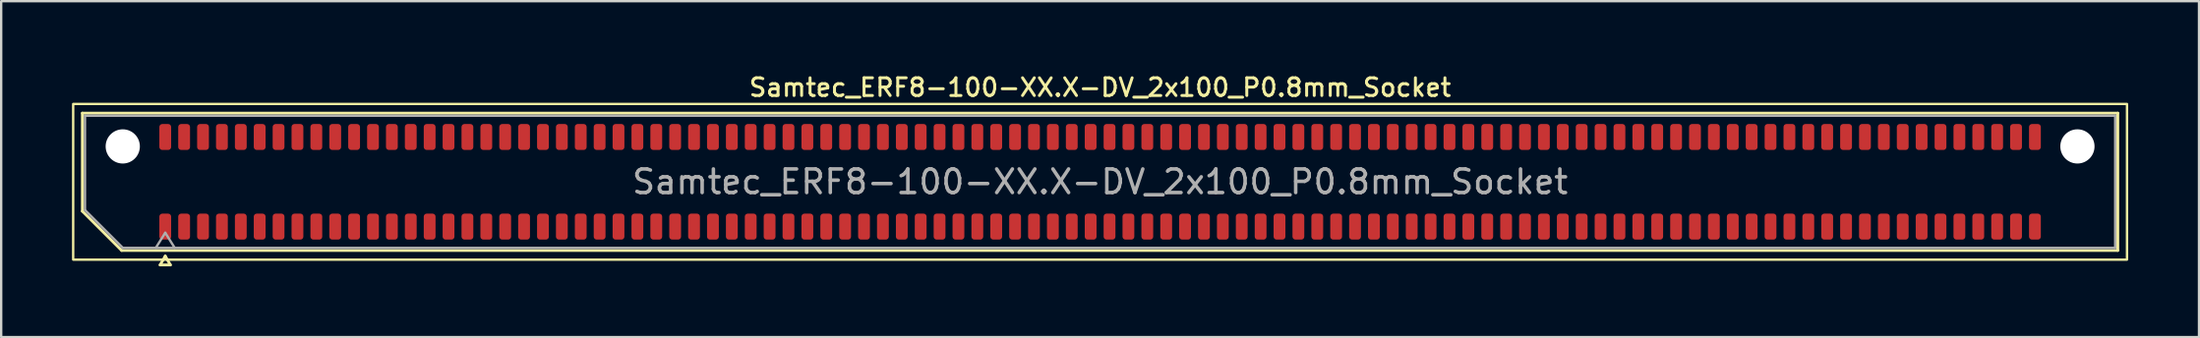
<source format=kicad_pcb>
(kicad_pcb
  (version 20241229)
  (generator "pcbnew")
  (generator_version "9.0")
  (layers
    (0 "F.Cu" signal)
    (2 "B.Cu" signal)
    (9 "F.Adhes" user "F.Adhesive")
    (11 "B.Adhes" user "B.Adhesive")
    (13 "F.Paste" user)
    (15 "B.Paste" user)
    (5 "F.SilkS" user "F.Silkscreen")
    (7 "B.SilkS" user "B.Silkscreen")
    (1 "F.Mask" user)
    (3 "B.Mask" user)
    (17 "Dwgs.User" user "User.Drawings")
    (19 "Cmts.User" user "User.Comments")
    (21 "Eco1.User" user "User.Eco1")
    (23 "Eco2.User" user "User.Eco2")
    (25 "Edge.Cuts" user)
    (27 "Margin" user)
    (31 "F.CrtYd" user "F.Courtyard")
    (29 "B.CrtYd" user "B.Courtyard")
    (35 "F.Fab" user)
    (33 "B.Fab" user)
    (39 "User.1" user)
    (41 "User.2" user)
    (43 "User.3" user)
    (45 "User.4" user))
  (footprint "Samtec_ERF8-100-XX.X-DV_2x100_P0.8mm_Socket"
    (layer "F.Cu")
    (at 43.55 4.658)
    (property "Reference" "Samtec_ERF8-100-XX.X-DV_2x100_P0.8mm_Socket" (at 0 -4 0) (layer "F.SilkS") (effects (font (size 0.75 0.75) (thickness 0.125))))
    (attr smd)
    (fp_line (start -43.11 -2.91) (end 43.11 -2.91) (stroke (width 0.12) (type solid)) (layer "F.SilkS"))
    (fp_line (start -43.11 1.246) (end -43.11 -2.91) (stroke (width 0.12) (type solid)) (layer "F.SilkS"))
    (fp_line (start -41.446 2.91) (end -43.11 1.246) (stroke (width 0.12) (type solid)) (layer "F.SilkS"))
    (fp_line (start -39.817 3.525) (end -39.6 3.15) (stroke (width 0.12) (type solid)) (layer "F.SilkS"))
    (fp_line (start -39.6 3.15) (end -39.383 3.525) (stroke (width 0.12) (type solid)) (layer "F.SilkS"))
    (fp_line (start -39.383 3.525) (end -39.817 3.525) (stroke (width 0.12) (type solid)) (layer "F.SilkS"))
    (fp_line (start 43.11 -2.91) (end 43.11 2.91) (stroke (width 0.12) (type solid)) (layer "F.SilkS"))
    (fp_line (start 43.11 2.91) (end -41.446 2.91) (stroke (width 0.12) (type solid)) (layer "F.SilkS"))
    (fp_rect (start -43.5 -3.3) (end 43.5 3.3) (stroke (width 0.1) (type solid)) (fill no) (layer "F.SilkS"))
    (fp_line (start -43 -2.8) (end 43 -2.8) (stroke (width 0.1) (type solid)) (layer "F.Fab"))
    (fp_line (start -43 1.2) (end -43 -2.8) (stroke (width 0.1) (type solid)) (layer "F.Fab"))
    (fp_line (start -41.4 2.8) (end -43 1.2) (stroke (width 0.1) (type solid)) (layer "F.Fab"))
    (fp_line (start -40 2.8) (end -39.6 2.16) (stroke (width 0.1) (type solid)) (layer "F.Fab"))
    (fp_line (start -39.6 2.16) (end -39.2 2.8) (stroke (width 0.1) (type solid)) (layer "F.Fab"))
    (fp_line (start 43 -2.8) (end 43 2.8) (stroke (width 0.1) (type solid)) (layer "F.Fab"))
    (fp_line (start 43 2.8) (end -41.4 2.8) (stroke (width 0.1) (type solid)) (layer "F.Fab"))
    (fp_text user "${REFERENCE}" (at 0 0 0) (layer "F.Fab") (effects (font (size 1 1) (thickness 0.15))))
    (pad "" np_thru_hole circle (at -41.4 -1.5) (size 1.45 1.45) (drill 1.45) (layers "*.Cu" "*.Mask"))
    (pad "" np_thru_hole circle (at 41.4 -1.5) (size 1.45 1.45) (drill 1.45) (layers "*.Cu" "*.Mask"))
    (pad "1" smd roundrect (at -39.6 1.9) (size 0.5 1.1) (layers "F.Cu" "F.Mask" "F.Paste") (roundrect_rratio 0.25))
    (pad "2" smd roundrect (at -39.6 -1.9) (size 0.5 1.1) (layers "F.Cu" "F.Mask" "F.Paste") (roundrect_rratio 0.25))
    (pad "3" smd roundrect (at -38.8 1.9) (size 0.5 1.1) (layers "F.Cu" "F.Mask" "F.Paste") (roundrect_rratio 0.25))
    (pad "4" smd roundrect (at -38.8 -1.9) (size 0.5 1.1) (layers "F.Cu" "F.Mask" "F.Paste") (roundrect_rratio 0.25))
    (pad "5" smd roundrect (at -38 1.9) (size 0.5 1.1) (layers "F.Cu" "F.Mask" "F.Paste") (roundrect_rratio 0.25))
    (pad "6" smd roundrect (at -38 -1.9) (size 0.5 1.1) (layers "F.Cu" "F.Mask" "F.Paste") (roundrect_rratio 0.25))
    (pad "7" smd roundrect (at -37.2 1.9) (size 0.5 1.1) (layers "F.Cu" "F.Mask" "F.Paste") (roundrect_rratio 0.25))
    (pad "8" smd roundrect (at -37.2 -1.9) (size 0.5 1.1) (layers "F.Cu" "F.Mask" "F.Paste") (roundrect_rratio 0.25))
    (pad "9" smd roundrect (at -36.4 1.9) (size 0.5 1.1) (layers "F.Cu" "F.Mask" "F.Paste") (roundrect_rratio 0.25))
    (pad "10" smd roundrect (at -36.4 -1.9) (size 0.5 1.1) (layers "F.Cu" "F.Mask" "F.Paste") (roundrect_rratio 0.25))
    (pad "11" smd roundrect (at -35.6 1.9) (size 0.5 1.1) (layers "F.Cu" "F.Mask" "F.Paste") (roundrect_rratio 0.25))
    (pad "12" smd roundrect (at -35.6 -1.9) (size 0.5 1.1) (layers "F.Cu" "F.Mask" "F.Paste") (roundrect_rratio 0.25))
    (pad "13" smd roundrect (at -34.8 1.9) (size 0.5 1.1) (layers "F.Cu" "F.Mask" "F.Paste") (roundrect_rratio 0.25))
    (pad "14" smd roundrect (at -34.8 -1.9) (size 0.5 1.1) (layers "F.Cu" "F.Mask" "F.Paste") (roundrect_rratio 0.25))
    (pad "15" smd roundrect (at -34 1.9) (size 0.5 1.1) (layers "F.Cu" "F.Mask" "F.Paste") (roundrect_rratio 0.25))
    (pad "16" smd roundrect (at -34 -1.9) (size 0.5 1.1) (layers "F.Cu" "F.Mask" "F.Paste") (roundrect_rratio 0.25))
    (pad "17" smd roundrect (at -33.2 1.9) (size 0.5 1.1) (layers "F.Cu" "F.Mask" "F.Paste") (roundrect_rratio 0.25))
    (pad "18" smd roundrect (at -33.2 -1.9) (size 0.5 1.1) (layers "F.Cu" "F.Mask" "F.Paste") (roundrect_rratio 0.25))
    (pad "19" smd roundrect (at -32.4 1.9) (size 0.5 1.1) (layers "F.Cu" "F.Mask" "F.Paste") (roundrect_rratio 0.25))
    (pad "20" smd roundrect (at -32.4 -1.9) (size 0.5 1.1) (layers "F.Cu" "F.Mask" "F.Paste") (roundrect_rratio 0.25))
    (pad "21" smd roundrect (at -31.6 1.9) (size 0.5 1.1) (layers "F.Cu" "F.Mask" "F.Paste") (roundrect_rratio 0.25))
    (pad "22" smd roundrect (at -31.6 -1.9) (size 0.5 1.1) (layers "F.Cu" "F.Mask" "F.Paste") (roundrect_rratio 0.25))
    (pad "23" smd roundrect (at -30.8 1.9) (size 0.5 1.1) (layers "F.Cu" "F.Mask" "F.Paste") (roundrect_rratio 0.25))
    (pad "24" smd roundrect (at -30.8 -1.9) (size 0.5 1.1) (layers "F.Cu" "F.Mask" "F.Paste") (roundrect_rratio 0.25))
    (pad "25" smd roundrect (at -30 1.9) (size 0.5 1.1) (layers "F.Cu" "F.Mask" "F.Paste") (roundrect_rratio 0.25))
    (pad "26" smd roundrect (at -30 -1.9) (size 0.5 1.1) (layers "F.Cu" "F.Mask" "F.Paste") (roundrect_rratio 0.25))
    (pad "27" smd roundrect (at -29.2 1.9) (size 0.5 1.1) (layers "F.Cu" "F.Mask" "F.Paste") (roundrect_rratio 0.25))
    (pad "28" smd roundrect (at -29.2 -1.9) (size 0.5 1.1) (layers "F.Cu" "F.Mask" "F.Paste") (roundrect_rratio 0.25))
    (pad "29" smd roundrect (at -28.4 1.9) (size 0.5 1.1) (layers "F.Cu" "F.Mask" "F.Paste") (roundrect_rratio 0.25))
    (pad "30" smd roundrect (at -28.4 -1.9) (size 0.5 1.1) (layers "F.Cu" "F.Mask" "F.Paste") (roundrect_rratio 0.25))
    (pad "31" smd roundrect (at -27.6 1.9) (size 0.5 1.1) (layers "F.Cu" "F.Mask" "F.Paste") (roundrect_rratio 0.25))
    (pad "32" smd roundrect (at -27.6 -1.9) (size 0.5 1.1) (layers "F.Cu" "F.Mask" "F.Paste") (roundrect_rratio 0.25))
    (pad "33" smd roundrect (at -26.8 1.9) (size 0.5 1.1) (layers "F.Cu" "F.Mask" "F.Paste") (roundrect_rratio 0.25))
    (pad "34" smd roundrect (at -26.8 -1.9) (size 0.5 1.1) (layers "F.Cu" "F.Mask" "F.Paste") (roundrect_rratio 0.25))
    (pad "35" smd roundrect (at -26 1.9) (size 0.5 1.1) (layers "F.Cu" "F.Mask" "F.Paste") (roundrect_rratio 0.25))
    (pad "36" smd roundrect (at -26 -1.9) (size 0.5 1.1) (layers "F.Cu" "F.Mask" "F.Paste") (roundrect_rratio 0.25))
    (pad "37" smd roundrect (at -25.2 1.9) (size 0.5 1.1) (layers "F.Cu" "F.Mask" "F.Paste") (roundrect_rratio 0.25))
    (pad "38" smd roundrect (at -25.2 -1.9) (size 0.5 1.1) (layers "F.Cu" "F.Mask" "F.Paste") (roundrect_rratio 0.25))
    (pad "39" smd roundrect (at -24.4 1.9) (size 0.5 1.1) (layers "F.Cu" "F.Mask" "F.Paste") (roundrect_rratio 0.25))
    (pad "40" smd roundrect (at -24.4 -1.9) (size 0.5 1.1) (layers "F.Cu" "F.Mask" "F.Paste") (roundrect_rratio 0.25))
    (pad "41" smd roundrect (at -23.6 1.9) (size 0.5 1.1) (layers "F.Cu" "F.Mask" "F.Paste") (roundrect_rratio 0.25))
    (pad "42" smd roundrect (at -23.6 -1.9) (size 0.5 1.1) (layers "F.Cu" "F.Mask" "F.Paste") (roundrect_rratio 0.25))
    (pad "43" smd roundrect (at -22.8 1.9) (size 0.5 1.1) (layers "F.Cu" "F.Mask" "F.Paste") (roundrect_rratio 0.25))
    (pad "44" smd roundrect (at -22.8 -1.9) (size 0.5 1.1) (layers "F.Cu" "F.Mask" "F.Paste") (roundrect_rratio 0.25))
    (pad "45" smd roundrect (at -22 1.9) (size 0.5 1.1) (layers "F.Cu" "F.Mask" "F.Paste") (roundrect_rratio 0.25))
    (pad "46" smd roundrect (at -22 -1.9) (size 0.5 1.1) (layers "F.Cu" "F.Mask" "F.Paste") (roundrect_rratio 0.25))
    (pad "47" smd roundrect (at -21.2 1.9) (size 0.5 1.1) (layers "F.Cu" "F.Mask" "F.Paste") (roundrect_rratio 0.25))
    (pad "48" smd roundrect (at -21.2 -1.9) (size 0.5 1.1) (layers "F.Cu" "F.Mask" "F.Paste") (roundrect_rratio 0.25))
    (pad "49" smd roundrect (at -20.4 1.9) (size 0.5 1.1) (layers "F.Cu" "F.Mask" "F.Paste") (roundrect_rratio 0.25))
    (pad "50" smd roundrect (at -20.4 -1.9) (size 0.5 1.1) (layers "F.Cu" "F.Mask" "F.Paste") (roundrect_rratio 0.25))
    (pad "51" smd roundrect (at -19.6 1.9) (size 0.5 1.1) (layers "F.Cu" "F.Mask" "F.Paste") (roundrect_rratio 0.25))
    (pad "52" smd roundrect (at -19.6 -1.9) (size 0.5 1.1) (layers "F.Cu" "F.Mask" "F.Paste") (roundrect_rratio 0.25))
    (pad "53" smd roundrect (at -18.8 1.9) (size 0.5 1.1) (layers "F.Cu" "F.Mask" "F.Paste") (roundrect_rratio 0.25))
    (pad "54" smd roundrect (at -18.8 -1.9) (size 0.5 1.1) (layers "F.Cu" "F.Mask" "F.Paste") (roundrect_rratio 0.25))
    (pad "55" smd roundrect (at -18 1.9) (size 0.5 1.1) (layers "F.Cu" "F.Mask" "F.Paste") (roundrect_rratio 0.25))
    (pad "56" smd roundrect (at -18 -1.9) (size 0.5 1.1) (layers "F.Cu" "F.Mask" "F.Paste") (roundrect_rratio 0.25))
    (pad "57" smd roundrect (at -17.2 1.9) (size 0.5 1.1) (layers "F.Cu" "F.Mask" "F.Paste") (roundrect_rratio 0.25))
    (pad "58" smd roundrect (at -17.2 -1.9) (size 0.5 1.1) (layers "F.Cu" "F.Mask" "F.Paste") (roundrect_rratio 0.25))
    (pad "59" smd roundrect (at -16.4 1.9) (size 0.5 1.1) (layers "F.Cu" "F.Mask" "F.Paste") (roundrect_rratio 0.25))
    (pad "60" smd roundrect (at -16.4 -1.9) (size 0.5 1.1) (layers "F.Cu" "F.Mask" "F.Paste") (roundrect_rratio 0.25))
    (pad "61" smd roundrect (at -15.6 1.9) (size 0.5 1.1) (layers "F.Cu" "F.Mask" "F.Paste") (roundrect_rratio 0.25))
    (pad "62" smd roundrect (at -15.6 -1.9) (size 0.5 1.1) (layers "F.Cu" "F.Mask" "F.Paste") (roundrect_rratio 0.25))
    (pad "63" smd roundrect (at -14.8 1.9) (size 0.5 1.1) (layers "F.Cu" "F.Mask" "F.Paste") (roundrect_rratio 0.25))
    (pad "64" smd roundrect (at -14.8 -1.9) (size 0.5 1.1) (layers "F.Cu" "F.Mask" "F.Paste") (roundrect_rratio 0.25))
    (pad "65" smd roundrect (at -14 1.9) (size 0.5 1.1) (layers "F.Cu" "F.Mask" "F.Paste") (roundrect_rratio 0.25))
    (pad "66" smd roundrect (at -14 -1.9) (size 0.5 1.1) (layers "F.Cu" "F.Mask" "F.Paste") (roundrect_rratio 0.25))
    (pad "67" smd roundrect (at -13.2 1.9) (size 0.5 1.1) (layers "F.Cu" "F.Mask" "F.Paste") (roundrect_rratio 0.25))
    (pad "68" smd roundrect (at -13.2 -1.9) (size 0.5 1.1) (layers "F.Cu" "F.Mask" "F.Paste") (roundrect_rratio 0.25))
    (pad "69" smd roundrect (at -12.4 1.9) (size 0.5 1.1) (layers "F.Cu" "F.Mask" "F.Paste") (roundrect_rratio 0.25))
    (pad "70" smd roundrect (at -12.4 -1.9) (size 0.5 1.1) (layers "F.Cu" "F.Mask" "F.Paste") (roundrect_rratio 0.25))
    (pad "71" smd roundrect (at -11.6 1.9) (size 0.5 1.1) (layers "F.Cu" "F.Mask" "F.Paste") (roundrect_rratio 0.25))
    (pad "72" smd roundrect (at -11.6 -1.9) (size 0.5 1.1) (layers "F.Cu" "F.Mask" "F.Paste") (roundrect_rratio 0.25))
    (pad "73" smd roundrect (at -10.8 1.9) (size 0.5 1.1) (layers "F.Cu" "F.Mask" "F.Paste") (roundrect_rratio 0.25))
    (pad "74" smd roundrect (at -10.8 -1.9) (size 0.5 1.1) (layers "F.Cu" "F.Mask" "F.Paste") (roundrect_rratio 0.25))
    (pad "75" smd roundrect (at -10 1.9) (size 0.5 1.1) (layers "F.Cu" "F.Mask" "F.Paste") (roundrect_rratio 0.25))
    (pad "76" smd roundrect (at -10 -1.9) (size 0.5 1.1) (layers "F.Cu" "F.Mask" "F.Paste") (roundrect_rratio 0.25))
    (pad "77" smd roundrect (at -9.2 1.9) (size 0.5 1.1) (layers "F.Cu" "F.Mask" "F.Paste") (roundrect_rratio 0.25))
    (pad "78" smd roundrect (at -9.2 -1.9) (size 0.5 1.1) (layers "F.Cu" "F.Mask" "F.Paste") (roundrect_rratio 0.25))
    (pad "79" smd roundrect (at -8.4 1.9) (size 0.5 1.1) (layers "F.Cu" "F.Mask" "F.Paste") (roundrect_rratio 0.25))
    (pad "80" smd roundrect (at -8.4 -1.9) (size 0.5 1.1) (layers "F.Cu" "F.Mask" "F.Paste") (roundrect_rratio 0.25))
    (pad "81" smd roundrect (at -7.6 1.9) (size 0.5 1.1) (layers "F.Cu" "F.Mask" "F.Paste") (roundrect_rratio 0.25))
    (pad "82" smd roundrect (at -7.6 -1.9) (size 0.5 1.1) (layers "F.Cu" "F.Mask" "F.Paste") (roundrect_rratio 0.25))
    (pad "83" smd roundrect (at -6.8 1.9) (size 0.5 1.1) (layers "F.Cu" "F.Mask" "F.Paste") (roundrect_rratio 0.25))
    (pad "84" smd roundrect (at -6.8 -1.9) (size 0.5 1.1) (layers "F.Cu" "F.Mask" "F.Paste") (roundrect_rratio 0.25))
    (pad "85" smd roundrect (at -6 1.9) (size 0.5 1.1) (layers "F.Cu" "F.Mask" "F.Paste") (roundrect_rratio 0.25))
    (pad "86" smd roundrect (at -6 -1.9) (size 0.5 1.1) (layers "F.Cu" "F.Mask" "F.Paste") (roundrect_rratio 0.25))
    (pad "87" smd roundrect (at -5.2 1.9) (size 0.5 1.1) (layers "F.Cu" "F.Mask" "F.Paste") (roundrect_rratio 0.25))
    (pad "88" smd roundrect (at -5.2 -1.9) (size 0.5 1.1) (layers "F.Cu" "F.Mask" "F.Paste") (roundrect_rratio 0.25))
    (pad "89" smd roundrect (at -4.4 1.9) (size 0.5 1.1) (layers "F.Cu" "F.Mask" "F.Paste") (roundrect_rratio 0.25))
    (pad "90" smd roundrect (at -4.4 -1.9) (size 0.5 1.1) (layers "F.Cu" "F.Mask" "F.Paste") (roundrect_rratio 0.25))
    (pad "91" smd roundrect (at -3.6 1.9) (size 0.5 1.1) (layers "F.Cu" "F.Mask" "F.Paste") (roundrect_rratio 0.25))
    (pad "92" smd roundrect (at -3.6 -1.9) (size 0.5 1.1) (layers "F.Cu" "F.Mask" "F.Paste") (roundrect_rratio 0.25))
    (pad "93" smd roundrect (at -2.8 1.9) (size 0.5 1.1) (layers "F.Cu" "F.Mask" "F.Paste") (roundrect_rratio 0.25))
    (pad "94" smd roundrect (at -2.8 -1.9) (size 0.5 1.1) (layers "F.Cu" "F.Mask" "F.Paste") (roundrect_rratio 0.25))
    (pad "95" smd roundrect (at -2 1.9) (size 0.5 1.1) (layers "F.Cu" "F.Mask" "F.Paste") (roundrect_rratio 0.25))
    (pad "96" smd roundrect (at -2 -1.9) (size 0.5 1.1) (layers "F.Cu" "F.Mask" "F.Paste") (roundrect_rratio 0.25))
    (pad "97" smd roundrect (at -1.2 1.9) (size 0.5 1.1) (layers "F.Cu" "F.Mask" "F.Paste") (roundrect_rratio 0.25))
    (pad "98" smd roundrect (at -1.2 -1.9) (size 0.5 1.1) (layers "F.Cu" "F.Mask" "F.Paste") (roundrect_rratio 0.25))
    (pad "99" smd roundrect (at -0.4 1.9) (size 0.5 1.1) (layers "F.Cu" "F.Mask" "F.Paste") (roundrect_rratio 0.25))
    (pad "100" smd roundrect (at -0.4 -1.9) (size 0.5 1.1) (layers "F.Cu" "F.Mask" "F.Paste") (roundrect_rratio 0.25))
    (pad "101" smd roundrect (at 0.4 1.9) (size 0.5 1.1) (layers "F.Cu" "F.Mask" "F.Paste") (roundrect_rratio 0.25))
    (pad "102" smd roundrect (at 0.4 -1.9) (size 0.5 1.1) (layers "F.Cu" "F.Mask" "F.Paste") (roundrect_rratio 0.25))
    (pad "103" smd roundrect (at 1.2 1.9) (size 0.5 1.1) (layers "F.Cu" "F.Mask" "F.Paste") (roundrect_rratio 0.25))
    (pad "104" smd roundrect (at 1.2 -1.9) (size 0.5 1.1) (layers "F.Cu" "F.Mask" "F.Paste") (roundrect_rratio 0.25))
    (pad "105" smd roundrect (at 2 1.9) (size 0.5 1.1) (layers "F.Cu" "F.Mask" "F.Paste") (roundrect_rratio 0.25))
    (pad "106" smd roundrect (at 2 -1.9) (size 0.5 1.1) (layers "F.Cu" "F.Mask" "F.Paste") (roundrect_rratio 0.25))
    (pad "107" smd roundrect (at 2.8 1.9) (size 0.5 1.1) (layers "F.Cu" "F.Mask" "F.Paste") (roundrect_rratio 0.25))
    (pad "108" smd roundrect (at 2.8 -1.9) (size 0.5 1.1) (layers "F.Cu" "F.Mask" "F.Paste") (roundrect_rratio 0.25))
    (pad "109" smd roundrect (at 3.6 1.9) (size 0.5 1.1) (layers "F.Cu" "F.Mask" "F.Paste") (roundrect_rratio 0.25))
    (pad "110" smd roundrect (at 3.6 -1.9) (size 0.5 1.1) (layers "F.Cu" "F.Mask" "F.Paste") (roundrect_rratio 0.25))
    (pad "111" smd roundrect (at 4.4 1.9) (size 0.5 1.1) (layers "F.Cu" "F.Mask" "F.Paste") (roundrect_rratio 0.25))
    (pad "112" smd roundrect (at 4.4 -1.9) (size 0.5 1.1) (layers "F.Cu" "F.Mask" "F.Paste") (roundrect_rratio 0.25))
    (pad "113" smd roundrect (at 5.2 1.9) (size 0.5 1.1) (layers "F.Cu" "F.Mask" "F.Paste") (roundrect_rratio 0.25))
    (pad "114" smd roundrect (at 5.2 -1.9) (size 0.5 1.1) (layers "F.Cu" "F.Mask" "F.Paste") (roundrect_rratio 0.25))
    (pad "115" smd roundrect (at 6 1.9) (size 0.5 1.1) (layers "F.Cu" "F.Mask" "F.Paste") (roundrect_rratio 0.25))
    (pad "116" smd roundrect (at 6 -1.9) (size 0.5 1.1) (layers "F.Cu" "F.Mask" "F.Paste") (roundrect_rratio 0.25))
    (pad "117" smd roundrect (at 6.8 1.9) (size 0.5 1.1) (layers "F.Cu" "F.Mask" "F.Paste") (roundrect_rratio 0.25))
    (pad "118" smd roundrect (at 6.8 -1.9) (size 0.5 1.1) (layers "F.Cu" "F.Mask" "F.Paste") (roundrect_rratio 0.25))
    (pad "119" smd roundrect (at 7.6 1.9) (size 0.5 1.1) (layers "F.Cu" "F.Mask" "F.Paste") (roundrect_rratio 0.25))
    (pad "120" smd roundrect (at 7.6 -1.9) (size 0.5 1.1) (layers "F.Cu" "F.Mask" "F.Paste") (roundrect_rratio 0.25))
    (pad "121" smd roundrect (at 8.4 1.9) (size 0.5 1.1) (layers "F.Cu" "F.Mask" "F.Paste") (roundrect_rratio 0.25))
    (pad "122" smd roundrect (at 8.4 -1.9) (size 0.5 1.1) (layers "F.Cu" "F.Mask" "F.Paste") (roundrect_rratio 0.25))
    (pad "123" smd roundrect (at 9.2 1.9) (size 0.5 1.1) (layers "F.Cu" "F.Mask" "F.Paste") (roundrect_rratio 0.25))
    (pad "124" smd roundrect (at 9.2 -1.9) (size 0.5 1.1) (layers "F.Cu" "F.Mask" "F.Paste") (roundrect_rratio 0.25))
    (pad "125" smd roundrect (at 10 1.9) (size 0.5 1.1) (layers "F.Cu" "F.Mask" "F.Paste") (roundrect_rratio 0.25))
    (pad "126" smd roundrect (at 10 -1.9) (size 0.5 1.1) (layers "F.Cu" "F.Mask" "F.Paste") (roundrect_rratio 0.25))
    (pad "127" smd roundrect (at 10.8 1.9) (size 0.5 1.1) (layers "F.Cu" "F.Mask" "F.Paste") (roundrect_rratio 0.25))
    (pad "128" smd roundrect (at 10.8 -1.9) (size 0.5 1.1) (layers "F.Cu" "F.Mask" "F.Paste") (roundrect_rratio 0.25))
    (pad "129" smd roundrect (at 11.6 1.9) (size 0.5 1.1) (layers "F.Cu" "F.Mask" "F.Paste") (roundrect_rratio 0.25))
    (pad "130" smd roundrect (at 11.6 -1.9) (size 0.5 1.1) (layers "F.Cu" "F.Mask" "F.Paste") (roundrect_rratio 0.25))
    (pad "131" smd roundrect (at 12.4 1.9) (size 0.5 1.1) (layers "F.Cu" "F.Mask" "F.Paste") (roundrect_rratio 0.25))
    (pad "132" smd roundrect (at 12.4 -1.9) (size 0.5 1.1) (layers "F.Cu" "F.Mask" "F.Paste") (roundrect_rratio 0.25))
    (pad "133" smd roundrect (at 13.2 1.9) (size 0.5 1.1) (layers "F.Cu" "F.Mask" "F.Paste") (roundrect_rratio 0.25))
    (pad "134" smd roundrect (at 13.2 -1.9) (size 0.5 1.1) (layers "F.Cu" "F.Mask" "F.Paste") (roundrect_rratio 0.25))
    (pad "135" smd roundrect (at 14 1.9) (size 0.5 1.1) (layers "F.Cu" "F.Mask" "F.Paste") (roundrect_rratio 0.25))
    (pad "136" smd roundrect (at 14 -1.9) (size 0.5 1.1) (layers "F.Cu" "F.Mask" "F.Paste") (roundrect_rratio 0.25))
    (pad "137" smd roundrect (at 14.8 1.9) (size 0.5 1.1) (layers "F.Cu" "F.Mask" "F.Paste") (roundrect_rratio 0.25))
    (pad "138" smd roundrect (at 14.8 -1.9) (size 0.5 1.1) (layers "F.Cu" "F.Mask" "F.Paste") (roundrect_rratio 0.25))
    (pad "139" smd roundrect (at 15.6 1.9) (size 0.5 1.1) (layers "F.Cu" "F.Mask" "F.Paste") (roundrect_rratio 0.25))
    (pad "140" smd roundrect (at 15.6 -1.9) (size 0.5 1.1) (layers "F.Cu" "F.Mask" "F.Paste") (roundrect_rratio 0.25))
    (pad "141" smd roundrect (at 16.4 1.9) (size 0.5 1.1) (layers "F.Cu" "F.Mask" "F.Paste") (roundrect_rratio 0.25))
    (pad "142" smd roundrect (at 16.4 -1.9) (size 0.5 1.1) (layers "F.Cu" "F.Mask" "F.Paste") (roundrect_rratio 0.25))
    (pad "143" smd roundrect (at 17.2 1.9) (size 0.5 1.1) (layers "F.Cu" "F.Mask" "F.Paste") (roundrect_rratio 0.25))
    (pad "144" smd roundrect (at 17.2 -1.9) (size 0.5 1.1) (layers "F.Cu" "F.Mask" "F.Paste") (roundrect_rratio 0.25))
    (pad "145" smd roundrect (at 18 1.9) (size 0.5 1.1) (layers "F.Cu" "F.Mask" "F.Paste") (roundrect_rratio 0.25))
    (pad "146" smd roundrect (at 18 -1.9) (size 0.5 1.1) (layers "F.Cu" "F.Mask" "F.Paste") (roundrect_rratio 0.25))
    (pad "147" smd roundrect (at 18.8 1.9) (size 0.5 1.1) (layers "F.Cu" "F.Mask" "F.Paste") (roundrect_rratio 0.25))
    (pad "148" smd roundrect (at 18.8 -1.9) (size 0.5 1.1) (layers "F.Cu" "F.Mask" "F.Paste") (roundrect_rratio 0.25))
    (pad "149" smd roundrect (at 19.6 1.9) (size 0.5 1.1) (layers "F.Cu" "F.Mask" "F.Paste") (roundrect_rratio 0.25))
    (pad "150" smd roundrect (at 19.6 -1.9) (size 0.5 1.1) (layers "F.Cu" "F.Mask" "F.Paste") (roundrect_rratio 0.25))
    (pad "151" smd roundrect (at 20.4 1.9) (size 0.5 1.1) (layers "F.Cu" "F.Mask" "F.Paste") (roundrect_rratio 0.25))
    (pad "152" smd roundrect (at 20.4 -1.9) (size 0.5 1.1) (layers "F.Cu" "F.Mask" "F.Paste") (roundrect_rratio 0.25))
    (pad "153" smd roundrect (at 21.2 1.9) (size 0.5 1.1) (layers "F.Cu" "F.Mask" "F.Paste") (roundrect_rratio 0.25))
    (pad "154" smd roundrect (at 21.2 -1.9) (size 0.5 1.1) (layers "F.Cu" "F.Mask" "F.Paste") (roundrect_rratio 0.25))
    (pad "155" smd roundrect (at 22 1.9) (size 0.5 1.1) (layers "F.Cu" "F.Mask" "F.Paste") (roundrect_rratio 0.25))
    (pad "156" smd roundrect (at 22 -1.9) (size 0.5 1.1) (layers "F.Cu" "F.Mask" "F.Paste") (roundrect_rratio 0.25))
    (pad "157" smd roundrect (at 22.8 1.9) (size 0.5 1.1) (layers "F.Cu" "F.Mask" "F.Paste") (roundrect_rratio 0.25))
    (pad "158" smd roundrect (at 22.8 -1.9) (size 0.5 1.1) (layers "F.Cu" "F.Mask" "F.Paste") (roundrect_rratio 0.25))
    (pad "159" smd roundrect (at 23.6 1.9) (size 0.5 1.1) (layers "F.Cu" "F.Mask" "F.Paste") (roundrect_rratio 0.25))
    (pad "160" smd roundrect (at 23.6 -1.9) (size 0.5 1.1) (layers "F.Cu" "F.Mask" "F.Paste") (roundrect_rratio 0.25))
    (pad "161" smd roundrect (at 24.4 1.9) (size 0.5 1.1) (layers "F.Cu" "F.Mask" "F.Paste") (roundrect_rratio 0.25))
    (pad "162" smd roundrect (at 24.4 -1.9) (size 0.5 1.1) (layers "F.Cu" "F.Mask" "F.Paste") (roundrect_rratio 0.25))
    (pad "163" smd roundrect (at 25.2 1.9) (size 0.5 1.1) (layers "F.Cu" "F.Mask" "F.Paste") (roundrect_rratio 0.25))
    (pad "164" smd roundrect (at 25.2 -1.9) (size 0.5 1.1) (layers "F.Cu" "F.Mask" "F.Paste") (roundrect_rratio 0.25))
    (pad "165" smd roundrect (at 26 1.9) (size 0.5 1.1) (layers "F.Cu" "F.Mask" "F.Paste") (roundrect_rratio 0.25))
    (pad "166" smd roundrect (at 26 -1.9) (size 0.5 1.1) (layers "F.Cu" "F.Mask" "F.Paste") (roundrect_rratio 0.25))
    (pad "167" smd roundrect (at 26.8 1.9) (size 0.5 1.1) (layers "F.Cu" "F.Mask" "F.Paste") (roundrect_rratio 0.25))
    (pad "168" smd roundrect (at 26.8 -1.9) (size 0.5 1.1) (layers "F.Cu" "F.Mask" "F.Paste") (roundrect_rratio 0.25))
    (pad "169" smd roundrect (at 27.6 1.9) (size 0.5 1.1) (layers "F.Cu" "F.Mask" "F.Paste") (roundrect_rratio 0.25))
    (pad "170" smd roundrect (at 27.6 -1.9) (size 0.5 1.1) (layers "F.Cu" "F.Mask" "F.Paste") (roundrect_rratio 0.25))
    (pad "171" smd roundrect (at 28.4 1.9) (size 0.5 1.1) (layers "F.Cu" "F.Mask" "F.Paste") (roundrect_rratio 0.25))
    (pad "172" smd roundrect (at 28.4 -1.9) (size 0.5 1.1) (layers "F.Cu" "F.Mask" "F.Paste") (roundrect_rratio 0.25))
    (pad "173" smd roundrect (at 29.2 1.9) (size 0.5 1.1) (layers "F.Cu" "F.Mask" "F.Paste") (roundrect_rratio 0.25))
    (pad "174" smd roundrect (at 29.2 -1.9) (size 0.5 1.1) (layers "F.Cu" "F.Mask" "F.Paste") (roundrect_rratio 0.25))
    (pad "175" smd roundrect (at 30 1.9) (size 0.5 1.1) (layers "F.Cu" "F.Mask" "F.Paste") (roundrect_rratio 0.25))
    (pad "176" smd roundrect (at 30 -1.9) (size 0.5 1.1) (layers "F.Cu" "F.Mask" "F.Paste") (roundrect_rratio 0.25))
    (pad "177" smd roundrect (at 30.8 1.9) (size 0.5 1.1) (layers "F.Cu" "F.Mask" "F.Paste") (roundrect_rratio 0.25))
    (pad "178" smd roundrect (at 30.8 -1.9) (size 0.5 1.1) (layers "F.Cu" "F.Mask" "F.Paste") (roundrect_rratio 0.25))
    (pad "179" smd roundrect (at 31.6 1.9) (size 0.5 1.1) (layers "F.Cu" "F.Mask" "F.Paste") (roundrect_rratio 0.25))
    (pad "180" smd roundrect (at 31.6 -1.9) (size 0.5 1.1) (layers "F.Cu" "F.Mask" "F.Paste") (roundrect_rratio 0.25))
    (pad "181" smd roundrect (at 32.4 1.9) (size 0.5 1.1) (layers "F.Cu" "F.Mask" "F.Paste") (roundrect_rratio 0.25))
    (pad "182" smd roundrect (at 32.4 -1.9) (size 0.5 1.1) (layers "F.Cu" "F.Mask" "F.Paste") (roundrect_rratio 0.25))
    (pad "183" smd roundrect (at 33.2 1.9) (size 0.5 1.1) (layers "F.Cu" "F.Mask" "F.Paste") (roundrect_rratio 0.25))
    (pad "184" smd roundrect (at 33.2 -1.9) (size 0.5 1.1) (layers "F.Cu" "F.Mask" "F.Paste") (roundrect_rratio 0.25))
    (pad "185" smd roundrect (at 34 1.9) (size 0.5 1.1) (layers "F.Cu" "F.Mask" "F.Paste") (roundrect_rratio 0.25))
    (pad "186" smd roundrect (at 34 -1.9) (size 0.5 1.1) (layers "F.Cu" "F.Mask" "F.Paste") (roundrect_rratio 0.25))
    (pad "187" smd roundrect (at 34.8 1.9) (size 0.5 1.1) (layers "F.Cu" "F.Mask" "F.Paste") (roundrect_rratio 0.25))
    (pad "188" smd roundrect (at 34.8 -1.9) (size 0.5 1.1) (layers "F.Cu" "F.Mask" "F.Paste") (roundrect_rratio 0.25))
    (pad "189" smd roundrect (at 35.6 1.9) (size 0.5 1.1) (layers "F.Cu" "F.Mask" "F.Paste") (roundrect_rratio 0.25))
    (pad "190" smd roundrect (at 35.6 -1.9) (size 0.5 1.1) (layers "F.Cu" "F.Mask" "F.Paste") (roundrect_rratio 0.25))
    (pad "191" smd roundrect (at 36.4 1.9) (size 0.5 1.1) (layers "F.Cu" "F.Mask" "F.Paste") (roundrect_rratio 0.25))
    (pad "192" smd roundrect (at 36.4 -1.9) (size 0.5 1.1) (layers "F.Cu" "F.Mask" "F.Paste") (roundrect_rratio 0.25))
    (pad "193" smd roundrect (at 37.2 1.9) (size 0.5 1.1) (layers "F.Cu" "F.Mask" "F.Paste") (roundrect_rratio 0.25))
    (pad "194" smd roundrect (at 37.2 -1.9) (size 0.5 1.1) (layers "F.Cu" "F.Mask" "F.Paste") (roundrect_rratio 0.25))
    (pad "195" smd roundrect (at 38 1.9) (size 0.5 1.1) (layers "F.Cu" "F.Mask" "F.Paste") (roundrect_rratio 0.25))
    (pad "196" smd roundrect (at 38 -1.9) (size 0.5 1.1) (layers "F.Cu" "F.Mask" "F.Paste") (roundrect_rratio 0.25))
    (pad "197" smd roundrect (at 38.8 1.9) (size 0.5 1.1) (layers "F.Cu" "F.Mask" "F.Paste") (roundrect_rratio 0.25))
    (pad "198" smd roundrect (at 38.8 -1.9) (size 0.5 1.1) (layers "F.Cu" "F.Mask" "F.Paste") (roundrect_rratio 0.25))
    (pad "199" smd roundrect (at 39.6 1.9) (size 0.5 1.1) (layers "F.Cu" "F.Mask" "F.Paste") (roundrect_rratio 0.25))
    (pad "200" smd roundrect (at 39.6 -1.9) (size 0.5 1.1) (layers "F.Cu" "F.Mask" "F.Paste") (roundrect_rratio 0.25)))
  (gr_rect
    (start -3 -3)
    (end 90.1 11.243)
    (stroke (width 0.1) (type default))
    (fill no)
    (layer "Edge.Cuts")))
</source>
